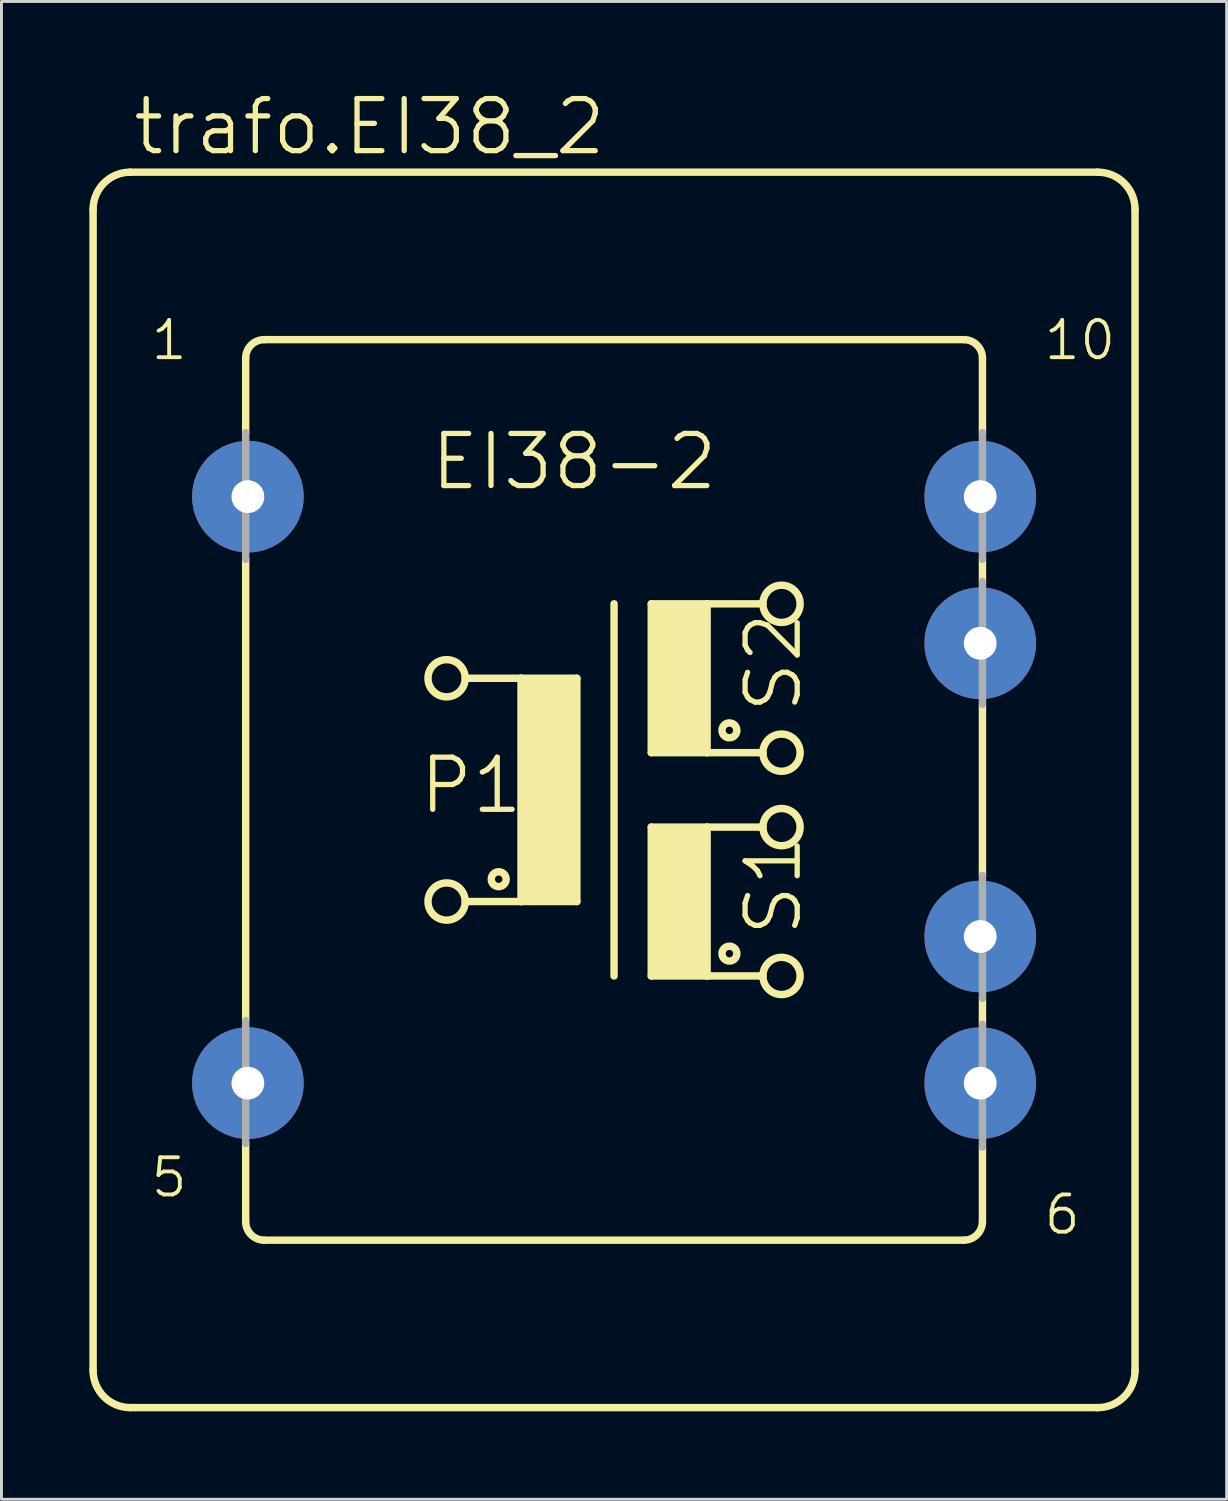
<source format=kicad_pcb>
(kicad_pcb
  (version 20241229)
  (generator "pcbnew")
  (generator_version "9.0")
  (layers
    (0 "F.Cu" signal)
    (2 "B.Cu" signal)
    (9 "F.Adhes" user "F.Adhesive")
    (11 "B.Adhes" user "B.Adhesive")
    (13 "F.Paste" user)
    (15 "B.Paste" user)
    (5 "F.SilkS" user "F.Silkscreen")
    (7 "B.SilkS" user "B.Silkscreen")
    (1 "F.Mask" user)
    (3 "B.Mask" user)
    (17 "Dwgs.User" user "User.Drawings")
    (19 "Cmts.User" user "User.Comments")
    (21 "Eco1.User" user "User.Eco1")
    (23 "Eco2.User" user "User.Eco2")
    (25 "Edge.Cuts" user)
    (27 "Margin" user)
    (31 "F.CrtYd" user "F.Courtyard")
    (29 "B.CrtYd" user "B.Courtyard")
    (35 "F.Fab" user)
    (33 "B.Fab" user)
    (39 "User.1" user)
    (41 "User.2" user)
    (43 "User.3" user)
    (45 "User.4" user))
  (footprint "trafo.EI38_2"
    (layer "F.Cu")
    (at 17.907 23.908)
    (property "Reference" "trafo.EI38_2" (at -16.51 -21.59 0) (layer "F.SilkS") (effects (font (size 1.778 1.778) (thickness 0.18)) (justify left bottom)))
    (attr through_hole)
    (fp_line (start -17.78 19.812) (end -17.78 -19.812) (stroke (width 0.254) (type default)) (layer "F.SilkS"))
    (fp_line (start -16.51 -21.082) (end 16.51 -21.082) (stroke (width 0.254) (type default)) (layer "F.SilkS"))
    (fp_line (start -12.573 -12.192) (end -12.573 -14.732) (stroke (width 0.254) (type default)) (layer "F.SilkS"))
    (fp_line (start -12.573 7.874) (end -12.573 -7.874) (stroke (width 0.254) (type default)) (layer "F.SilkS"))
    (fp_line (start -12.573 14.732) (end -12.573 12.065) (stroke (width 0.254) (type default)) (layer "F.SilkS"))
    (fp_line (start -11.938 15.367) (end 11.938 15.367) (stroke (width 0.254) (type default)) (layer "F.SilkS"))
    (fp_line (start -5.08 -3.81) (end -3.175 -3.81) (stroke (width 0.254) (type default)) (layer "F.SilkS"))
    (fp_line (start -3.175 -3.81) (end -3.175 3.81) (stroke (width 0.254) (type default)) (layer "F.SilkS"))
    (fp_line (start -3.175 -3.81) (end -1.27 -3.81) (stroke (width 0.254) (type default)) (layer "F.SilkS"))
    (fp_line (start -3.175 3.81) (end -5.08 3.81) (stroke (width 0.254) (type default)) (layer "F.SilkS"))
    (fp_line (start -1.27 -3.81) (end -1.27 3.81) (stroke (width 0.254) (type default)) (layer "F.SilkS"))
    (fp_line (start -1.27 3.81) (end -3.175 3.81) (stroke (width 0.254) (type default)) (layer "F.SilkS"))
    (fp_line (start 0 -6.35) (end 0 6.35) (stroke (width 0.254) (type default)) (layer "F.SilkS"))
    (fp_line (start 1.27 -6.35) (end 1.27 -1.27) (stroke (width 0.254) (type default)) (layer "F.SilkS"))
    (fp_line (start 1.27 -6.35) (end 3.175 -6.35) (stroke (width 0.254) (type default)) (layer "F.SilkS"))
    (fp_line (start 1.27 -1.27) (end 3.175 -1.27) (stroke (width 0.254) (type default)) (layer "F.SilkS"))
    (fp_line (start 1.27 1.27) (end 1.27 6.35) (stroke (width 0.254) (type default)) (layer "F.SilkS"))
    (fp_line (start 1.27 1.27) (end 3.175 1.27) (stroke (width 0.254) (type default)) (layer "F.SilkS"))
    (fp_line (start 1.27 6.35) (end 3.175 6.35) (stroke (width 0.254) (type default)) (layer "F.SilkS"))
    (fp_line (start 3.175 -6.35) (end 5.08 -6.35) (stroke (width 0.254) (type default)) (layer "F.SilkS"))
    (fp_line (start 3.175 -1.27) (end 3.175 -6.35) (stroke (width 0.254) (type default)) (layer "F.SilkS"))
    (fp_line (start 3.175 -1.27) (end 5.08 -1.27) (stroke (width 0.254) (type default)) (layer "F.SilkS"))
    (fp_line (start 3.175 1.27) (end 5.08 1.27) (stroke (width 0.254) (type default)) (layer "F.SilkS"))
    (fp_line (start 3.175 6.35) (end 3.175 1.27) (stroke (width 0.254) (type default)) (layer "F.SilkS"))
    (fp_line (start 3.175 6.35) (end 5.08 6.35) (stroke (width 0.254) (type default)) (layer "F.SilkS"))
    (fp_line (start 11.938 -15.367) (end -11.938 -15.367) (stroke (width 0.254) (type default)) (layer "F.SilkS"))
    (fp_line (start 12.573 -12.192) (end 12.573 -14.732) (stroke (width 0.254) (type default)) (layer "F.SilkS"))
    (fp_line (start 12.573 -7.112) (end 12.573 -7.874) (stroke (width 0.254) (type default)) (layer "F.SilkS"))
    (fp_line (start 12.573 2.921) (end 12.573 -2.921) (stroke (width 0.254) (type default)) (layer "F.SilkS"))
    (fp_line (start 12.573 8.001) (end 12.573 7.112) (stroke (width 0.254) (type default)) (layer "F.SilkS"))
    (fp_line (start 12.573 14.732) (end 12.573 12.192) (stroke (width 0.254) (type default)) (layer "F.SilkS"))
    (fp_line (start 16.51 21.082) (end -16.51 21.082) (stroke (width 0.254) (type default)) (layer "F.SilkS"))
    (fp_line (start 17.78 -19.812) (end 17.78 19.812) (stroke (width 0.254) (type default)) (layer "F.SilkS"))
    (fp_rect (start -3.175 3.81) (end -1.27 -3.81) (stroke (width 0.05) (type default)) (fill yes) (layer "F.SilkS"))
    (fp_rect (start 1.27 -1.27) (end 3.175 -6.35) (stroke (width 0.05) (type default)) (fill yes) (layer "F.SilkS"))
    (fp_rect (start 1.27 6.35) (end 3.175 1.27) (stroke (width 0.05) (type default)) (fill yes) (layer "F.SilkS"))
    (fp_arc (start -17.78 -19.812) (mid -17.408026 -20.710026) (end -16.51 -21.082) (stroke (width 0.254) (type default)) (layer "F.SilkS"))
    (fp_arc (start -16.51 21.082) (mid -17.408026 20.710026) (end -17.78 19.812) (stroke (width 0.254) (type default)) (layer "F.SilkS"))
    (fp_arc (start -12.573 -14.732) (mid -12.387013 -15.181013) (end -11.938 -15.367) (stroke (width 0.254) (type default)) (layer "F.SilkS"))
    (fp_arc (start -11.938 15.367) (mid -12.387013 15.181013) (end -12.573 14.732) (stroke (width 0.254) (type default)) (layer "F.SilkS"))
    (fp_arc (start 11.938 -15.367) (mid 12.387013 -15.181013) (end 12.573 -14.732) (stroke (width 0.254) (type default)) (layer "F.SilkS"))
    (fp_arc (start 12.573 14.732) (mid 12.387013 15.181013) (end 11.938 15.367) (stroke (width 0.254) (type default)) (layer "F.SilkS"))
    (fp_arc (start 16.51 -21.082) (mid 17.408026 -20.710026) (end 17.78 -19.812) (stroke (width 0.254) (type default)) (layer "F.SilkS"))
    (fp_arc (start 17.78 19.812) (mid 17.408026 20.710026) (end 16.51 21.082) (stroke (width 0.254) (type default)) (layer "F.SilkS"))
    (fp_circle (center -5.715 -3.81) (end -5.08 -3.81) (stroke (width 0.254) (type default)) (fill no) (layer "F.SilkS"))
    (fp_circle (center -5.715 3.81) (end -5.08 3.81) (stroke (width 0.254) (type default)) (fill no) (layer "F.SilkS"))
    (fp_circle (center -3.937 3.048) (end -3.683 3.048) (stroke (width 0.254) (type default)) (fill no) (layer "F.SilkS"))
    (fp_circle (center 3.937 -2.032) (end 4.191 -2.032) (stroke (width 0.254) (type default)) (fill no) (layer "F.SilkS"))
    (fp_circle (center 3.937 5.588) (end 4.191 5.588) (stroke (width 0.254) (type default)) (fill no) (layer "F.SilkS"))
    (fp_circle (center 5.715 -6.35) (end 6.35 -6.35) (stroke (width 0.254) (type default)) (fill no) (layer "F.SilkS"))
    (fp_circle (center 5.715 -1.27) (end 6.35 -1.27) (stroke (width 0.254) (type default)) (fill no) (layer "F.SilkS"))
    (fp_circle (center 5.715 1.27) (end 6.35 1.27) (stroke (width 0.254) (type default)) (fill no) (layer "F.SilkS"))
    (fp_circle (center 5.715 6.35) (end 6.35 6.35) (stroke (width 0.254) (type default)) (fill no) (layer "F.SilkS"))
    (fp_line (start -12.573 -7.874) (end -12.573 -12.192) (stroke (width 0.254) (type default)) (layer "F.Fab"))
    (fp_line (start -12.573 12.065) (end -12.573 7.874) (stroke (width 0.254) (type default)) (layer "F.Fab"))
    (fp_line (start 12.573 -12.192) (end 12.573 -7.874) (stroke (width 0.254) (type default)) (layer "F.Fab"))
    (fp_line (start 12.573 -7.112) (end 12.573 -2.921) (stroke (width 0.254) (type default)) (layer "F.Fab"))
    (fp_line (start 12.573 2.921) (end 12.573 7.112) (stroke (width 0.254) (type default)) (layer "F.Fab"))
    (fp_line (start 12.573 8.001) (end 12.573 12.192) (stroke (width 0.254) (type default)) (layer "F.Fab"))
    (fp_text user "1" (at -15.875 -14.605 0) (layer "F.SilkS") (effects (font (size 1.27 1.27) (thickness 0.13)) (justify left bottom)))
    (fp_text user "S2" (at 6.477 -2.54 90) (layer "F.SilkS") (effects (font (size 1.778 1.778) (thickness 0.18)) (justify left bottom)))
    (fp_text user "P1" (at -6.731 0.889 0) (layer "F.SilkS") (effects (font (size 1.778 1.778) (thickness 0.18)) (justify left bottom)))
    (fp_text user "5" (at -15.875 13.97 0) (layer "F.SilkS") (effects (font (size 1.27 1.27) (thickness 0.13)) (justify left bottom)))
    (fp_text user "S1" (at 6.477 5.08 90) (layer "F.SilkS") (effects (font (size 1.778 1.778) (thickness 0.18)) (justify left bottom)))
    (fp_text user "10" (at 14.605 -14.605 0) (layer "F.SilkS") (effects (font (size 1.27 1.27) (thickness 0.13)) (justify left bottom)))
    (fp_text user "6" (at 14.605 15.24 0) (layer "F.SilkS") (effects (font (size 1.27 1.27) (thickness 0.13)) (justify left bottom)))
    (fp_text user "EI38-2" (at -6.35 -10.16 0) (layer "F.SilkS") (effects (font (size 1.778 1.778) (thickness 0.18)) (justify left bottom)))
    (pad "1" thru_hole circle (at -12.497 -10.008) (size 3.81 3.81) (drill 1.118) (layers "*.Cu" "*.Mask"))
    (pad "5" thru_hole circle (at -12.497 10.008) (size 3.81 3.81) (drill 1.118) (layers "*.Cu" "*.Mask"))
    (pad "6" thru_hole circle (at 12.497 10.008) (size 3.81 3.81) (drill 1.118) (layers "*.Cu" "*.Mask"))
    (pad "7" thru_hole circle (at 12.497 5.004) (size 3.81 3.81) (drill 1.118) (layers "*.Cu" "*.Mask"))
    (pad "9" thru_hole circle (at 12.497 -5.004) (size 3.81 3.81) (drill 1.118) (layers "*.Cu" "*.Mask"))
    (pad "10" thru_hole circle (at 12.497 -10.008) (size 3.81 3.81) (drill 1.118) (layers "*.Cu" "*.Mask")))
  (gr_rect
    (start -3 -3)
    (end 38.814 48.117)
    (stroke (width 0.1) (type default))
    (fill no)
    (layer "Edge.Cuts")))
</source>
